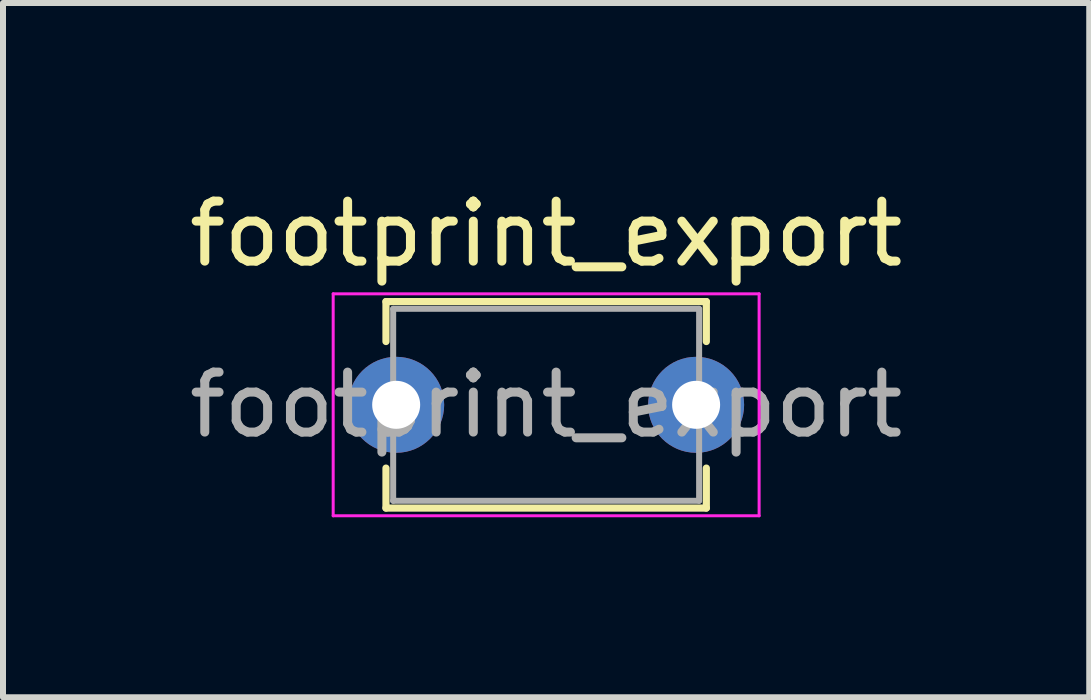
<source format=kicad_pcb>
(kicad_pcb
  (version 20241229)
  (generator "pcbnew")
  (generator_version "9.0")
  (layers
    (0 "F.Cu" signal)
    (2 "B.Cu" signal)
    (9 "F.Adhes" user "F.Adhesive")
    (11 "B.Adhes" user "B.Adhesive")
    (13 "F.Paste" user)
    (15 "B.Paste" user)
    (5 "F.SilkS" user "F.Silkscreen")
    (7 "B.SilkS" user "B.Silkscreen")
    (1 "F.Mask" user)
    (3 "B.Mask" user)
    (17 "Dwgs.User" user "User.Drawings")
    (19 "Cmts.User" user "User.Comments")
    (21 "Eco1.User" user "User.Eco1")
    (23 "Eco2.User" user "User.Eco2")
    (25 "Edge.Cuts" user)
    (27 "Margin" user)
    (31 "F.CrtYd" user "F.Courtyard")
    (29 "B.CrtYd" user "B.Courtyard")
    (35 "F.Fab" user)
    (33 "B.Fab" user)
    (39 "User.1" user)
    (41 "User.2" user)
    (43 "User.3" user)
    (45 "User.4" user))
  (footprint "footprint_export"
    (layer "F.Cu")
    (at 3.554 3.698)
    (property "Reference" "footprint_export" (at 2.5 -2.85 0) (layer "F.SilkS") (effects (font (size 1 1) (thickness 0.15))))
    (attr through_hole)
    (fp_line (start -0.17 -1.721) (end -0.17 -1.055) (stroke (width 0.12) (type solid)) (layer "F.SilkS"))
    (fp_line (start -0.17 -1.721) (end 5.17 -1.721) (stroke (width 0.12) (type solid)) (layer "F.SilkS"))
    (fp_line (start -0.17 1.055) (end -0.17 1.721) (stroke (width 0.12) (type solid)) (layer "F.SilkS"))
    (fp_line (start -0.17 1.721) (end 5.17 1.721) (stroke (width 0.12) (type solid)) (layer "F.SilkS"))
    (fp_line (start 5.17 -1.721) (end 5.17 -1.055) (stroke (width 0.12) (type solid)) (layer "F.SilkS"))
    (fp_line (start 5.17 1.055) (end 5.17 1.721) (stroke (width 0.12) (type solid)) (layer "F.SilkS"))
    (fp_line (start -1.05 -1.85) (end -1.05 1.85) (stroke (width 0.05) (type solid)) (layer "F.CrtYd"))
    (fp_line (start -1.05 1.85) (end 6.05 1.85) (stroke (width 0.05) (type solid)) (layer "F.CrtYd"))
    (fp_line (start 6.05 -1.85) (end -1.05 -1.85) (stroke (width 0.05) (type solid)) (layer "F.CrtYd"))
    (fp_line (start 6.05 1.85) (end 6.05 -1.85) (stroke (width 0.05) (type solid)) (layer "F.CrtYd"))
    (fp_line (start -0.05 -1.6) (end -0.05 1.6) (stroke (width 0.1) (type solid)) (layer "F.Fab"))
    (fp_line (start -0.05 1.6) (end 5.05 1.6) (stroke (width 0.1) (type solid)) (layer "F.Fab"))
    (fp_line (start 5.05 -1.6) (end -0.05 -1.6) (stroke (width 0.1) (type solid)) (layer "F.Fab"))
    (fp_line (start 5.05 1.6) (end 5.05 -1.6) (stroke (width 0.1) (type solid)) (layer "F.Fab"))
    (fp_text user "${REFERENCE}" (at 2.5 0 0) (layer "F.Fab") (effects (font (size 1 1) (thickness 0.15))))
    (pad "1" thru_hole circle (at 0 0) (size 1.6 1.6) (drill 0.8) (layers "*.Cu" "*.Mask"))
    (pad "2" thru_hole circle (at 5 0) (size 1.6 1.6) (drill 0.8) (layers "*.Cu" "*.Mask")))
  (gr_rect
    (start -3 -3)
    (end 15.107 8.573)
    (stroke (width 0.1) (type default))
    (fill no)
    (layer "Edge.Cuts")))
</source>
